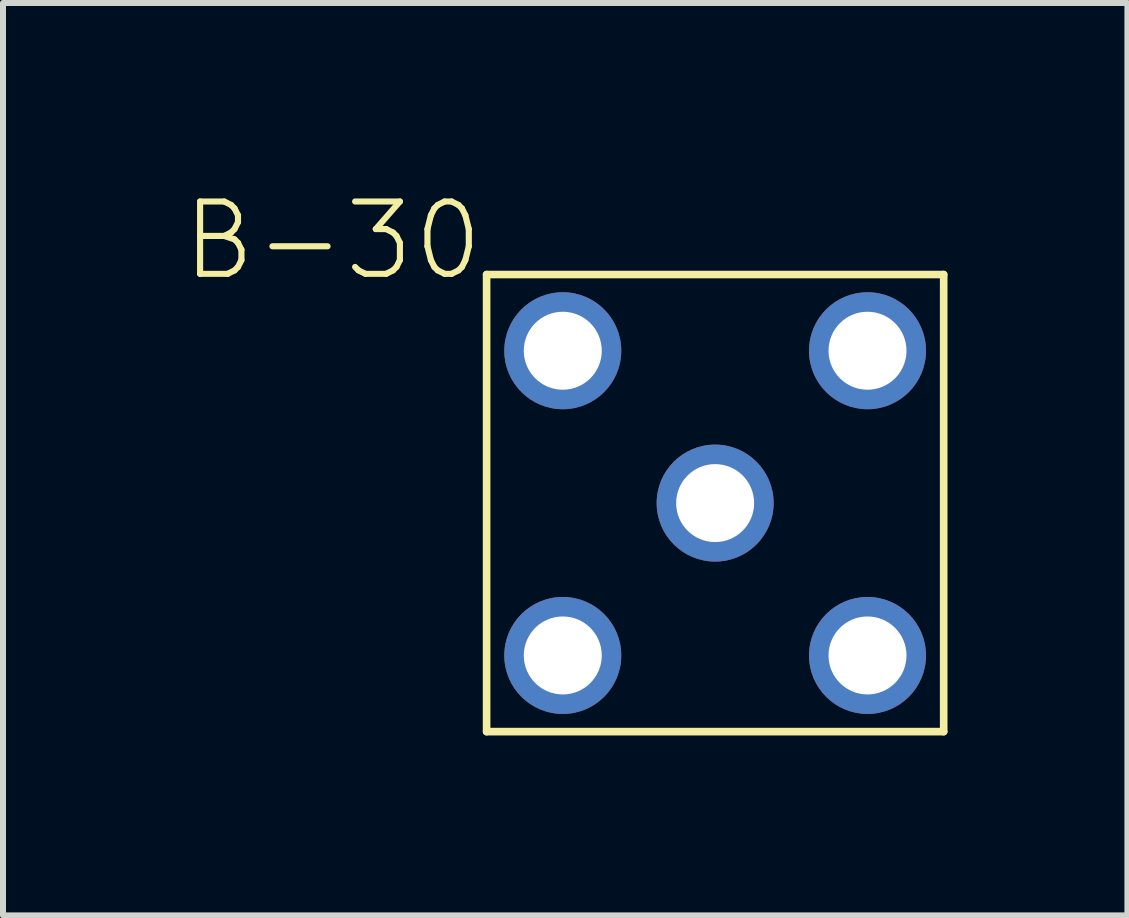
<source format=kicad_pcb>
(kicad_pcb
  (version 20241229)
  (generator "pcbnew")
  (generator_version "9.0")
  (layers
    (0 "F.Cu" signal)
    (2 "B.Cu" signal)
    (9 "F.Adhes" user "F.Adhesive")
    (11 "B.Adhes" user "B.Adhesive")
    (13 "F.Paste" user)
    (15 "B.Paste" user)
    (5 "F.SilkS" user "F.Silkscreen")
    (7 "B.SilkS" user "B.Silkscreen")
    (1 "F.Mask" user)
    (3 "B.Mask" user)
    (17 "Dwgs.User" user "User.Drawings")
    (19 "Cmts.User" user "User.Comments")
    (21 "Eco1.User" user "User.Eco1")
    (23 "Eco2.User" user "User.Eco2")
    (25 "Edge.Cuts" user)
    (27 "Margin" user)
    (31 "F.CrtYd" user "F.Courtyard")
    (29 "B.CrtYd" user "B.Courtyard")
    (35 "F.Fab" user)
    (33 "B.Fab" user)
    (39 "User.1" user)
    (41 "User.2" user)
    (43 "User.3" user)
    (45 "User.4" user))
  (footprint "B-30"
    (layer "F.Cu")
    (at 8.872 5.337)
    (property "Reference" "B-30" (at -3.81 -5.08 0) (layer "F.SilkS") (effects (font (size 1.206 1.206) (thickness 0.102)) (justify right top)))
    (attr through_hole)
    (fp_line (start -3.81 -3.81) (end 3.81 -3.81) (stroke (width 0.127) (type solid)) (layer "F.SilkS"))
    (fp_line (start -3.81 3.81) (end -3.81 -3.81) (stroke (width 0.127) (type solid)) (layer "F.SilkS"))
    (fp_line (start 3.81 -3.81) (end 3.81 3.81) (stroke (width 0.127) (type solid)) (layer "F.SilkS"))
    (fp_line (start 3.81 3.81) (end -3.81 3.81) (stroke (width 0.127) (type solid)) (layer "F.SilkS"))
    (pad "P$1" thru_hole circle (at 0 0) (size 1.95 1.95) (drill 1.3) (layers "*.Cu" "*.Mask"))
    (pad "P$2" thru_hole circle (at -2.54 -2.54) (size 1.95 1.95) (drill 1.3) (layers "*.Cu" "*.Mask"))
    (pad "P$3" thru_hole circle (at -2.54 2.54) (size 1.95 1.95) (drill 1.3) (layers "*.Cu" "*.Mask"))
    (pad "P$4" thru_hole circle (at 2.54 2.54) (size 1.95 1.95) (drill 1.3) (layers "*.Cu" "*.Mask"))
    (pad "P$5" thru_hole circle (at 2.54 -2.54) (size 1.95 1.95) (drill 1.3) (layers "*.Cu" "*.Mask")))
  (gr_rect
    (start -3 -3)
    (end 15.745 12.21)
    (stroke (width 0.1) (type default))
    (fill no)
    (layer "Edge.Cuts")))
</source>
